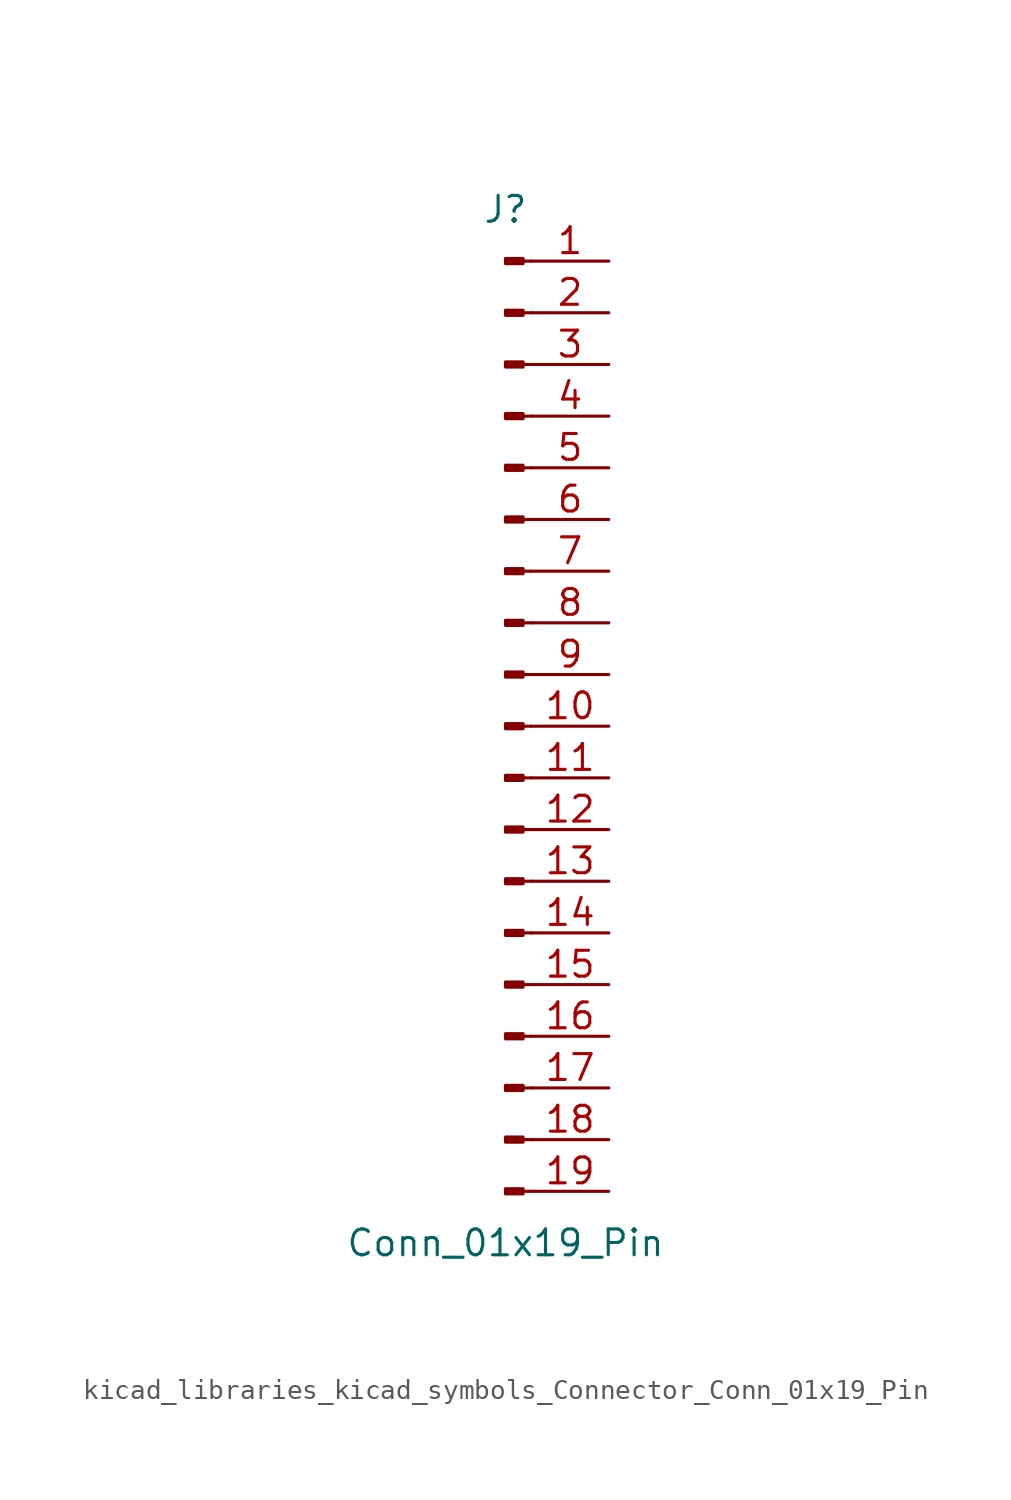
<source format=kicad_sym>
(kicad_symbol_lib
  (version 20220914)
  (generator kicad_symbol_editor)
  (symbol "kicad_libraries_kicad_symbols_Connector_Conn_01x19_Pin"
    (pin_names
      (offset 1.016) hide)
    (property "Reference" "J"
      (at 0 25.4 0)
      (effects (font (size 1.27 1.27))))
    (property "Value" "Conn_01x19_Pin"
      (at 0 -25.4 0)
      (effects (font (size 1.27 1.27))))
    (property "ki_locked" ""
      (at 0 0 0)
      (effects (font (size 1.27 1.27))))
    (symbol "kicad_libraries_kicad_symbols_Connector_Conn_01x19_Pin_1_1"
      (polyline (pts (xy 1.27 -22.86) (xy 0.864 -22.86)) (stroke (width 0.152) (type default)) (fill (type none)))
      (polyline (pts (xy 1.27 -20.32) (xy 0.864 -20.32)) (stroke (width 0.152) (type default)) (fill (type none)))
      (polyline (pts (xy 1.27 -17.78) (xy 0.864 -17.78)) (stroke (width 0.152) (type default)) (fill (type none)))
      (polyline (pts (xy 1.27 -15.24) (xy 0.864 -15.24)) (stroke (width 0.152) (type default)) (fill (type none)))
      (polyline (pts (xy 1.27 -12.7) (xy 0.864 -12.7)) (stroke (width 0.152) (type default)) (fill (type none)))
      (polyline (pts (xy 1.27 -10.16) (xy 0.864 -10.16)) (stroke (width 0.152) (type default)) (fill (type none)))
      (polyline (pts (xy 1.27 -7.62) (xy 0.864 -7.62)) (stroke (width 0.152) (type default)) (fill (type none)))
      (polyline (pts (xy 1.27 -5.08) (xy 0.864 -5.08)) (stroke (width 0.152) (type default)) (fill (type none)))
      (polyline (pts (xy 1.27 -2.54) (xy 0.864 -2.54)) (stroke (width 0.152) (type default)) (fill (type none)))
      (polyline (pts (xy 1.27 0) (xy 0.864 0)) (stroke (width 0.152) (type default)) (fill (type none)))
      (polyline (pts (xy 1.27 2.54) (xy 0.864 2.54)) (stroke (width 0.152) (type default)) (fill (type none)))
      (polyline (pts (xy 1.27 5.08) (xy 0.864 5.08)) (stroke (width 0.152) (type default)) (fill (type none)))
      (polyline (pts (xy 1.27 7.62) (xy 0.864 7.62)) (stroke (width 0.152) (type default)) (fill (type none)))
      (polyline (pts (xy 1.27 10.16) (xy 0.864 10.16)) (stroke (width 0.152) (type default)) (fill (type none)))
      (polyline (pts (xy 1.27 12.7) (xy 0.864 12.7)) (stroke (width 0.152) (type default)) (fill (type none)))
      (polyline (pts (xy 1.27 15.24) (xy 0.864 15.24)) (stroke (width 0.152) (type default)) (fill (type none)))
      (polyline (pts (xy 1.27 17.78) (xy 0.864 17.78)) (stroke (width 0.152) (type default)) (fill (type none)))
      (polyline (pts (xy 1.27 20.32) (xy 0.864 20.32)) (stroke (width 0.152) (type default)) (fill (type none)))
      (polyline (pts (xy 1.27 22.86) (xy 0.864 22.86)) (stroke (width 0.152) (type default)) (fill (type none)))
      (rectangle (start 0.864 -22.733) (end 0 -22.987) (stroke (width 0.152) (type default)) (fill (type outline)))
      (rectangle (start 0.864 -20.193) (end 0 -20.447) (stroke (width 0.152) (type default)) (fill (type outline)))
      (rectangle (start 0.864 -17.653) (end 0 -17.907) (stroke (width 0.152) (type default)) (fill (type outline)))
      (rectangle (start 0.864 -15.113) (end 0 -15.367) (stroke (width 0.152) (type default)) (fill (type outline)))
      (rectangle (start 0.864 -12.573) (end 0 -12.827) (stroke (width 0.152) (type default)) (fill (type outline)))
      (rectangle (start 0.864 -10.033) (end 0 -10.287) (stroke (width 0.152) (type default)) (fill (type outline)))
      (rectangle (start 0.864 -7.493) (end 0 -7.747) (stroke (width 0.152) (type default)) (fill (type outline)))
      (rectangle (start 0.864 -4.953) (end 0 -5.207) (stroke (width 0.152) (type default)) (fill (type outline)))
      (rectangle (start 0.864 -2.413) (end 0 -2.667) (stroke (width 0.152) (type default)) (fill (type outline)))
      (rectangle (start 0.864 0.127) (end 0 -0.127) (stroke (width 0.152) (type default)) (fill (type outline)))
      (rectangle (start 0.864 2.667) (end 0 2.413) (stroke (width 0.152) (type default)) (fill (type outline)))
      (rectangle (start 0.864 5.207) (end 0 4.953) (stroke (width 0.152) (type default)) (fill (type outline)))
      (rectangle (start 0.864 7.747) (end 0 7.493) (stroke (width 0.152) (type default)) (fill (type outline)))
      (rectangle (start 0.864 10.287) (end 0 10.033) (stroke (width 0.152) (type default)) (fill (type outline)))
      (rectangle (start 0.864 12.827) (end 0 12.573) (stroke (width 0.152) (type default)) (fill (type outline)))
      (rectangle (start 0.864 15.367) (end 0 15.113) (stroke (width 0.152) (type default)) (fill (type outline)))
      (rectangle (start 0.864 17.907) (end 0 17.653) (stroke (width 0.152) (type default)) (fill (type outline)))
      (rectangle (start 0.864 20.447) (end 0 20.193) (stroke (width 0.152) (type default)) (fill (type outline)))
      (rectangle (start 0.864 22.987) (end 0 22.733) (stroke (width 0.152) (type default)) (fill (type outline)))
      (pin passive line (at 5.08 22.86 180) (length 3.81) (name "Pin_1" (effects (font (size 1.27 1.27)))) (number "1" (effects (font (size 1.27 1.27)))))
      (pin passive line (at 5.08 0 180) (length 3.81) (name "Pin_10" (effects (font (size 1.27 1.27)))) (number "10" (effects (font (size 1.27 1.27)))))
      (pin passive line (at 5.08 -2.54 180) (length 3.81) (name "Pin_11" (effects (font (size 1.27 1.27)))) (number "11" (effects (font (size 1.27 1.27)))))
      (pin passive line (at 5.08 -5.08 180) (length 3.81) (name "Pin_12" (effects (font (size 1.27 1.27)))) (number "12" (effects (font (size 1.27 1.27)))))
      (pin passive line (at 5.08 -7.62 180) (length 3.81) (name "Pin_13" (effects (font (size 1.27 1.27)))) (number "13" (effects (font (size 1.27 1.27)))))
      (pin passive line (at 5.08 -10.16 180) (length 3.81) (name "Pin_14" (effects (font (size 1.27 1.27)))) (number "14" (effects (font (size 1.27 1.27)))))
      (pin passive line (at 5.08 -12.7 180) (length 3.81) (name "Pin_15" (effects (font (size 1.27 1.27)))) (number "15" (effects (font (size 1.27 1.27)))))
      (pin passive line (at 5.08 -15.24 180) (length 3.81) (name "Pin_16" (effects (font (size 1.27 1.27)))) (number "16" (effects (font (size 1.27 1.27)))))
      (pin passive line (at 5.08 -17.78 180) (length 3.81) (name "Pin_17" (effects (font (size 1.27 1.27)))) (number "17" (effects (font (size 1.27 1.27)))))
      (pin passive line (at 5.08 -20.32 180) (length 3.81) (name "Pin_18" (effects (font (size 1.27 1.27)))) (number "18" (effects (font (size 1.27 1.27)))))
      (pin passive line (at 5.08 -22.86 180) (length 3.81) (name "Pin_19" (effects (font (size 1.27 1.27)))) (number "19" (effects (font (size 1.27 1.27)))))
      (pin passive line (at 5.08 20.32 180) (length 3.81) (name "Pin_2" (effects (font (size 1.27 1.27)))) (number "2" (effects (font (size 1.27 1.27)))))
      (pin passive line (at 5.08 17.78 180) (length 3.81) (name "Pin_3" (effects (font (size 1.27 1.27)))) (number "3" (effects (font (size 1.27 1.27)))))
      (pin passive line (at 5.08 15.24 180) (length 3.81) (name "Pin_4" (effects (font (size 1.27 1.27)))) (number "4" (effects (font (size 1.27 1.27)))))
      (pin passive line (at 5.08 12.7 180) (length 3.81) (name "Pin_5" (effects (font (size 1.27 1.27)))) (number "5" (effects (font (size 1.27 1.27)))))
      (pin passive line (at 5.08 10.16 180) (length 3.81) (name "Pin_6" (effects (font (size 1.27 1.27)))) (number "6" (effects (font (size 1.27 1.27)))))
      (pin passive line (at 5.08 7.62 180) (length 3.81) (name "Pin_7" (effects (font (size 1.27 1.27)))) (number "7" (effects (font (size 1.27 1.27)))))
      (pin passive line (at 5.08 5.08 180) (length 3.81) (name "Pin_8" (effects (font (size 1.27 1.27)))) (number "8" (effects (font (size 1.27 1.27)))))
      (pin passive line (at 5.08 2.54 180) (length 3.81) (name "Pin_9" (effects (font (size 1.27 1.27)))) (number "9" (effects (font (size 1.27 1.27))))))))
</source>
